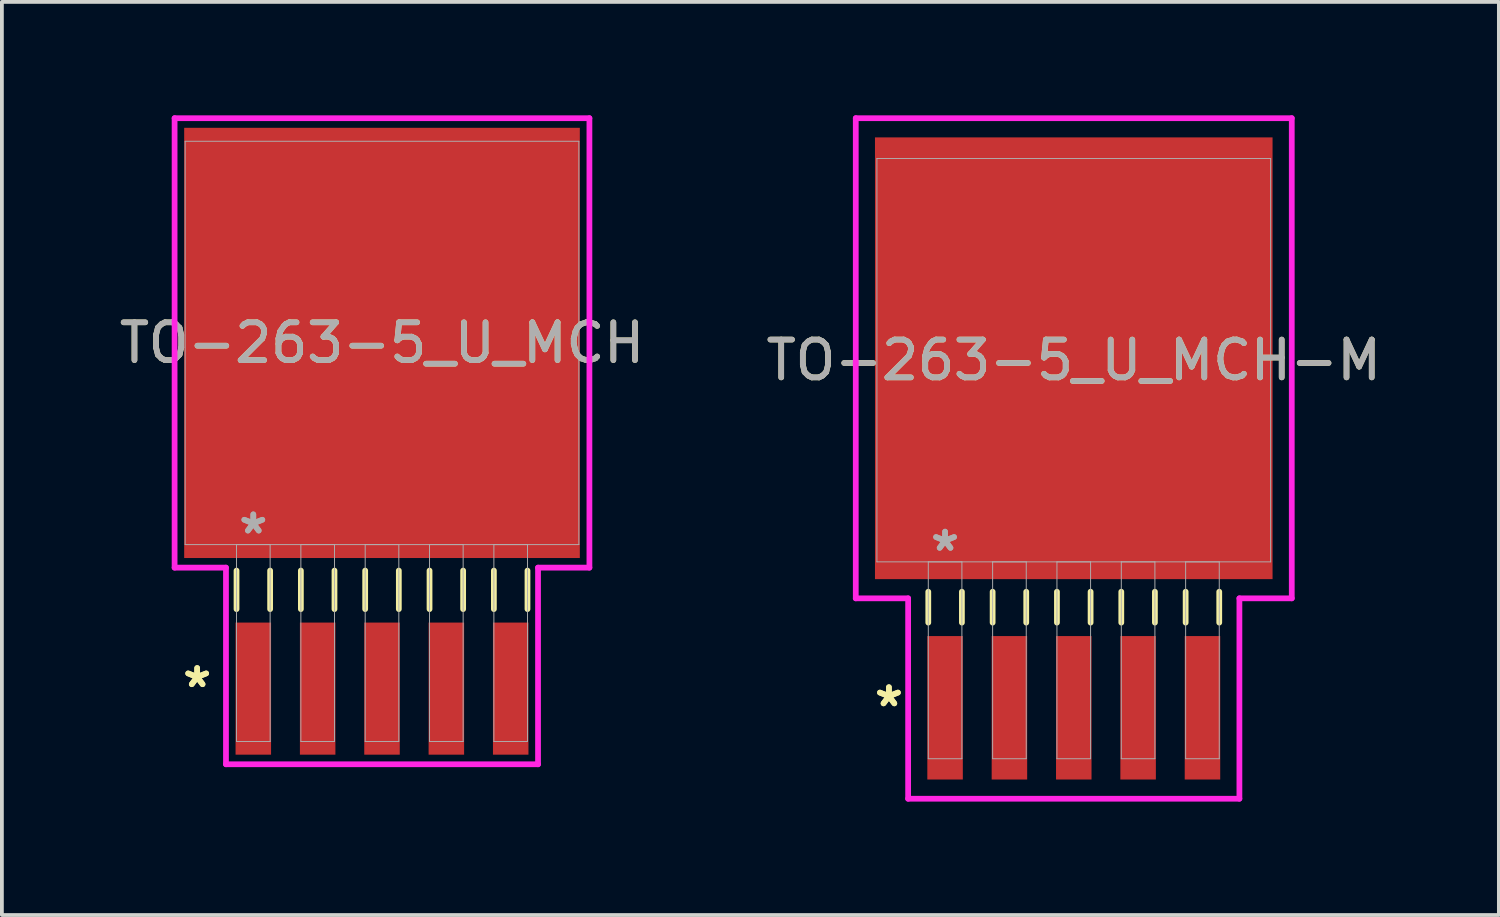
<source format=kicad_pcb>
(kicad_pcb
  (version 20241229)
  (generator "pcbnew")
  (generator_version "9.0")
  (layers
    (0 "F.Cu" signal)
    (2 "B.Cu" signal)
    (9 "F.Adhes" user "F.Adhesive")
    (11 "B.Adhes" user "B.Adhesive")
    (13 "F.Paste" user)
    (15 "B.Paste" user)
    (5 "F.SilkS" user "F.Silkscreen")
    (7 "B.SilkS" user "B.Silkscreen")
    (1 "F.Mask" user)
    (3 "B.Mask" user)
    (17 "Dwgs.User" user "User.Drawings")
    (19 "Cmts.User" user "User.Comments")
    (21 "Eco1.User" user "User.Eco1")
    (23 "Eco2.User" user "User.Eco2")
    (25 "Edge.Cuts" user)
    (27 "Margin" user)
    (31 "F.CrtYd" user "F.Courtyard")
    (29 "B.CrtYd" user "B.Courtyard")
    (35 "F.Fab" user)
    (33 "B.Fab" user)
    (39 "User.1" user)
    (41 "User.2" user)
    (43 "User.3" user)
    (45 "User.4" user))
  (footprint "TO-263-5_U_MCH-M"
    (layer "F.Cu")
    (at 25.351 6.477)
    (property "Reference" "TO-263-5_U_MCH-M" (at 0 0 0) (unlocked yes) (layer "F.SilkS") (effects (font (size 1 1) (thickness 0.15))))
    (attr smd)
    (fp_line (start -3.848 6.124) (end -3.848 6.941) (stroke (width 0.152) (type solid)) (layer "F.SilkS"))
    (fp_line (start -2.959 6.124) (end -2.959 6.941) (stroke (width 0.152) (type solid)) (layer "F.SilkS"))
    (fp_line (start -2.146 6.124) (end -2.146 6.941) (stroke (width 0.152) (type solid)) (layer "F.SilkS"))
    (fp_line (start -1.257 6.124) (end -1.257 6.941) (stroke (width 0.152) (type solid)) (layer "F.SilkS"))
    (fp_line (start -0.445 6.124) (end -0.445 6.941) (stroke (width 0.152) (type solid)) (layer "F.SilkS"))
    (fp_line (start 0.445 6.124) (end 0.445 6.941) (stroke (width 0.152) (type solid)) (layer "F.SilkS"))
    (fp_line (start 1.257 6.124) (end 1.257 6.941) (stroke (width 0.152) (type solid)) (layer "F.SilkS"))
    (fp_line (start 2.146 6.124) (end 2.146 6.941) (stroke (width 0.152) (type solid)) (layer "F.SilkS"))
    (fp_line (start 2.959 6.124) (end 2.959 6.941) (stroke (width 0.152) (type solid)) (layer "F.SilkS"))
    (fp_line (start 3.848 6.124) (end 3.848 6.941) (stroke (width 0.152) (type solid)) (layer "F.SilkS"))
    (fp_line (start -5.766 -6.401) (end 5.766 -6.401) (stroke (width 0.152) (type solid)) (layer "F.CrtYd"))
    (fp_line (start -5.766 6.299) (end -5.766 -6.401) (stroke (width 0.152) (type solid)) (layer "F.CrtYd"))
    (fp_line (start -4.381 6.299) (end -5.766 6.299) (stroke (width 0.152) (type solid)) (layer "F.CrtYd"))
    (fp_line (start -4.381 11.599) (end -4.381 6.299) (stroke (width 0.152) (type solid)) (layer "F.CrtYd"))
    (fp_line (start 4.381 6.299) (end 4.381 11.599) (stroke (width 0.152) (type solid)) (layer "F.CrtYd"))
    (fp_line (start 4.381 11.599) (end -4.381 11.599) (stroke (width 0.152) (type solid)) (layer "F.CrtYd"))
    (fp_line (start 5.766 -6.401) (end 5.766 6.299) (stroke (width 0.152) (type solid)) (layer "F.CrtYd"))
    (fp_line (start 5.766 6.299) (end 4.381 6.299) (stroke (width 0.152) (type solid)) (layer "F.CrtYd"))
    (fp_line (start -5.207 -5.334) (end -5.207 5.334) (stroke (width 0.025) (type solid)) (layer "F.Fab"))
    (fp_line (start -5.207 5.334) (end 5.207 5.334) (stroke (width 0.025) (type solid)) (layer "F.Fab"))
    (fp_line (start -3.848 5.334) (end -3.848 10.541) (stroke (width 0.025) (type solid)) (layer "F.Fab"))
    (fp_line (start -3.848 10.541) (end -2.959 10.541) (stroke (width 0.025) (type solid)) (layer "F.Fab"))
    (fp_line (start -2.959 5.334) (end -3.848 5.334) (stroke (width 0.025) (type solid)) (layer "F.Fab"))
    (fp_line (start -2.959 10.541) (end -2.959 5.334) (stroke (width 0.025) (type solid)) (layer "F.Fab"))
    (fp_line (start -2.146 5.334) (end -2.146 10.541) (stroke (width 0.025) (type solid)) (layer "F.Fab"))
    (fp_line (start -2.146 10.541) (end -1.257 10.541) (stroke (width 0.025) (type solid)) (layer "F.Fab"))
    (fp_line (start -1.257 5.334) (end -2.146 5.334) (stroke (width 0.025) (type solid)) (layer "F.Fab"))
    (fp_line (start -1.257 10.541) (end -1.257 5.334) (stroke (width 0.025) (type solid)) (layer "F.Fab"))
    (fp_line (start -0.445 5.334) (end -0.445 10.541) (stroke (width 0.025) (type solid)) (layer "F.Fab"))
    (fp_line (start -0.445 10.541) (end 0.445 10.541) (stroke (width 0.025) (type solid)) (layer "F.Fab"))
    (fp_line (start 0.445 5.334) (end -0.445 5.334) (stroke (width 0.025) (type solid)) (layer "F.Fab"))
    (fp_line (start 0.445 10.541) (end 0.445 5.334) (stroke (width 0.025) (type solid)) (layer "F.Fab"))
    (fp_line (start 1.257 5.334) (end 1.257 10.541) (stroke (width 0.025) (type solid)) (layer "F.Fab"))
    (fp_line (start 1.257 10.541) (end 2.146 10.541) (stroke (width 0.025) (type solid)) (layer "F.Fab"))
    (fp_line (start 2.146 5.334) (end 1.257 5.334) (stroke (width 0.025) (type solid)) (layer "F.Fab"))
    (fp_line (start 2.146 10.541) (end 2.146 5.334) (stroke (width 0.025) (type solid)) (layer "F.Fab"))
    (fp_line (start 2.959 5.334) (end 2.959 10.541) (stroke (width 0.025) (type solid)) (layer "F.Fab"))
    (fp_line (start 2.959 10.541) (end 3.848 10.541) (stroke (width 0.025) (type solid)) (layer "F.Fab"))
    (fp_line (start 3.848 5.334) (end 2.959 5.334) (stroke (width 0.025) (type solid)) (layer "F.Fab"))
    (fp_line (start 3.848 10.541) (end 3.848 5.334) (stroke (width 0.025) (type solid)) (layer "F.Fab"))
    (fp_line (start 5.207 -5.334) (end -5.207 -5.334) (stroke (width 0.025) (type solid)) (layer "F.Fab"))
    (fp_line (start 5.207 5.334) (end 5.207 -5.334) (stroke (width 0.025) (type solid)) (layer "F.Fab"))
    (fp_text user "*" (at -4.889 9.194 0) (layer "F.SilkS") (effects (font (size 1 1) (thickness 0.15))))
    (fp_text user "*" (at -4.889 9.194 0) (unlocked yes) (layer "F.SilkS") (effects (font (size 1 1) (thickness 0.15))))
    (fp_text user "*" (at -3.404 5.08 0) (layer "F.Fab") (effects (font (size 1 1) (thickness 0.15))))
    (fp_text user "*" (at -3.404 5.08 0) (unlocked yes) (layer "F.Fab") (effects (font (size 1 1) (thickness 0.15))))
    (fp_text user "${REFERENCE}" (at 0 0 0) (unlocked yes) (layer "F.Fab") (effects (font (size 1 1) (thickness 0.15))))
    (pad "1" smd rect (at -3.404 9.194) (size 0.939 3.794) (layers "F.Cu" "F.Mask" "F.Paste"))
    (pad "2" smd rect (at -1.702 9.194) (size 0.939 3.794) (layers "F.Cu" "F.Mask" "F.Paste"))
    (pad "3" smd rect (at 0 9.194) (size 0.939 3.794) (layers "F.Cu" "F.Mask" "F.Paste"))
    (pad "4" smd rect (at 1.702 9.194) (size 0.939 3.794) (layers "F.Cu" "F.Mask" "F.Paste"))
    (pad "5" smd rect (at 3.404 9.194) (size 0.939 3.794) (layers "F.Cu" "F.Mask" "F.Paste"))
    (pad "6" smd rect (at 0 -0.051) (size 10.516 11.684) (layers "F.Cu" "F.Mask" "F.Paste")))
  (footprint "TO-263-5_U_MCH"
    (layer "F.Cu")
    (at 7.054 6.02)
    (property "Reference" "TO-263-5_U_MCH" (at 0 0 0) (unlocked yes) (layer "F.SilkS") (effects (font (size 1 1) (thickness 0.15))))
    (attr smd)
    (fp_line (start -3.848 6.022) (end -3.848 7.041) (stroke (width 0.152) (type solid)) (layer "F.SilkS"))
    (fp_line (start -2.959 6.022) (end -2.959 7.041) (stroke (width 0.152) (type solid)) (layer "F.SilkS"))
    (fp_line (start -2.146 6.022) (end -2.146 7.041) (stroke (width 0.152) (type solid)) (layer "F.SilkS"))
    (fp_line (start -1.257 6.022) (end -1.257 7.041) (stroke (width 0.152) (type solid)) (layer "F.SilkS"))
    (fp_line (start -0.445 6.022) (end -0.445 7.041) (stroke (width 0.152) (type solid)) (layer "F.SilkS"))
    (fp_line (start 0.445 6.022) (end 0.445 7.041) (stroke (width 0.152) (type solid)) (layer "F.SilkS"))
    (fp_line (start 1.257 6.022) (end 1.257 7.041) (stroke (width 0.152) (type solid)) (layer "F.SilkS"))
    (fp_line (start 2.146 6.022) (end 2.146 7.041) (stroke (width 0.152) (type solid)) (layer "F.SilkS"))
    (fp_line (start 2.959 6.022) (end 2.959 7.041) (stroke (width 0.152) (type solid)) (layer "F.SilkS"))
    (fp_line (start 3.848 6.022) (end 3.848 7.041) (stroke (width 0.152) (type solid)) (layer "F.SilkS"))
    (fp_line (start -5.486 -5.944) (end 5.486 -5.944) (stroke (width 0.152) (type solid)) (layer "F.CrtYd"))
    (fp_line (start -5.486 5.944) (end -5.486 -5.944) (stroke (width 0.152) (type solid)) (layer "F.CrtYd"))
    (fp_line (start -4.127 5.944) (end -5.486 5.944) (stroke (width 0.152) (type solid)) (layer "F.CrtYd"))
    (fp_line (start -4.127 11.145) (end -4.127 5.944) (stroke (width 0.152) (type solid)) (layer "F.CrtYd"))
    (fp_line (start 4.127 5.944) (end 4.127 11.145) (stroke (width 0.152) (type solid)) (layer "F.CrtYd"))
    (fp_line (start 4.127 11.145) (end -4.127 11.145) (stroke (width 0.152) (type solid)) (layer "F.CrtYd"))
    (fp_line (start 5.486 -5.944) (end 5.486 5.944) (stroke (width 0.152) (type solid)) (layer "F.CrtYd"))
    (fp_line (start 5.486 5.944) (end 4.127 5.944) (stroke (width 0.152) (type solid)) (layer "F.CrtYd"))
    (fp_line (start -5.207 -5.334) (end -5.207 5.334) (stroke (width 0.025) (type solid)) (layer "F.Fab"))
    (fp_line (start -5.207 5.334) (end 5.207 5.334) (stroke (width 0.025) (type solid)) (layer "F.Fab"))
    (fp_line (start -3.848 5.334) (end -3.848 10.541) (stroke (width 0.025) (type solid)) (layer "F.Fab"))
    (fp_line (start -3.848 10.541) (end -2.959 10.541) (stroke (width 0.025) (type solid)) (layer "F.Fab"))
    (fp_line (start -2.959 5.334) (end -3.848 5.334) (stroke (width 0.025) (type solid)) (layer "F.Fab"))
    (fp_line (start -2.959 10.541) (end -2.959 5.334) (stroke (width 0.025) (type solid)) (layer "F.Fab"))
    (fp_line (start -2.146 5.334) (end -2.146 10.541) (stroke (width 0.025) (type solid)) (layer "F.Fab"))
    (fp_line (start -2.146 10.541) (end -1.257 10.541) (stroke (width 0.025) (type solid)) (layer "F.Fab"))
    (fp_line (start -1.257 5.334) (end -2.146 5.334) (stroke (width 0.025) (type solid)) (layer "F.Fab"))
    (fp_line (start -1.257 10.541) (end -1.257 5.334) (stroke (width 0.025) (type solid)) (layer "F.Fab"))
    (fp_line (start -0.445 5.334) (end -0.445 10.541) (stroke (width 0.025) (type solid)) (layer "F.Fab"))
    (fp_line (start -0.445 10.541) (end 0.445 10.541) (stroke (width 0.025) (type solid)) (layer "F.Fab"))
    (fp_line (start 0.445 5.334) (end -0.445 5.334) (stroke (width 0.025) (type solid)) (layer "F.Fab"))
    (fp_line (start 0.445 10.541) (end 0.445 5.334) (stroke (width 0.025) (type solid)) (layer "F.Fab"))
    (fp_line (start 1.257 5.334) (end 1.257 10.541) (stroke (width 0.025) (type solid)) (layer "F.Fab"))
    (fp_line (start 1.257 10.541) (end 2.146 10.541) (stroke (width 0.025) (type solid)) (layer "F.Fab"))
    (fp_line (start 2.146 5.334) (end 1.257 5.334) (stroke (width 0.025) (type solid)) (layer "F.Fab"))
    (fp_line (start 2.146 10.541) (end 2.146 5.334) (stroke (width 0.025) (type solid)) (layer "F.Fab"))
    (fp_line (start 2.959 5.334) (end 2.959 10.541) (stroke (width 0.025) (type solid)) (layer "F.Fab"))
    (fp_line (start 2.959 10.541) (end 3.848 10.541) (stroke (width 0.025) (type solid)) (layer "F.Fab"))
    (fp_line (start 3.848 5.334) (end 2.959 5.334) (stroke (width 0.025) (type solid)) (layer "F.Fab"))
    (fp_line (start 3.848 10.541) (end 3.848 5.334) (stroke (width 0.025) (type solid)) (layer "F.Fab"))
    (fp_line (start 5.207 -5.334) (end -5.207 -5.334) (stroke (width 0.025) (type solid)) (layer "F.Fab"))
    (fp_line (start 5.207 5.334) (end 5.207 -5.334) (stroke (width 0.025) (type solid)) (layer "F.Fab"))
    (fp_text user "*" (at -4.889 9.144 0) (unlocked yes) (layer "F.SilkS") (effects (font (size 1 1) (thickness 0.15))))
    (fp_text user "*" (at -4.889 9.144 0) (layer "F.SilkS") (effects (font (size 1 1) (thickness 0.15))))
    (fp_text user "*" (at -3.404 5.08 0) (unlocked yes) (layer "F.Fab") (effects (font (size 1 1) (thickness 0.15))))
    (fp_text user "${REFERENCE}" (at 0 0 0) (unlocked yes) (layer "F.Fab") (effects (font (size 1 1) (thickness 0.15))))
    (fp_text user "*" (at -3.404 5.08 0) (layer "F.Fab") (effects (font (size 1 1) (thickness 0.15))))
    (pad "1" smd rect (at -3.404 9.144) (size 0.939 3.494) (layers "F.Cu" "F.Mask" "F.Paste"))
    (pad "2" smd rect (at -1.702 9.144) (size 0.939 3.494) (layers "F.Cu" "F.Mask" "F.Paste"))
    (pad "3" smd rect (at 0 9.144) (size 0.939 3.494) (layers "F.Cu" "F.Mask" "F.Paste"))
    (pad "4" smd rect (at 1.702 9.144) (size 0.939 3.494) (layers "F.Cu" "F.Mask" "F.Paste"))
    (pad "5" smd rect (at 3.404 9.144) (size 0.939 3.494) (layers "F.Cu" "F.Mask" "F.Paste"))
    (pad "6" smd rect (at 0 0) (size 10.465 11.379) (layers "F.Cu" "F.Mask" "F.Paste")))
  (gr_rect
    (start -3 -3)
    (end 36.595 21.152)
    (stroke (width 0.1) (type default))
    (fill no)
    (layer "Edge.Cuts")))
</source>
